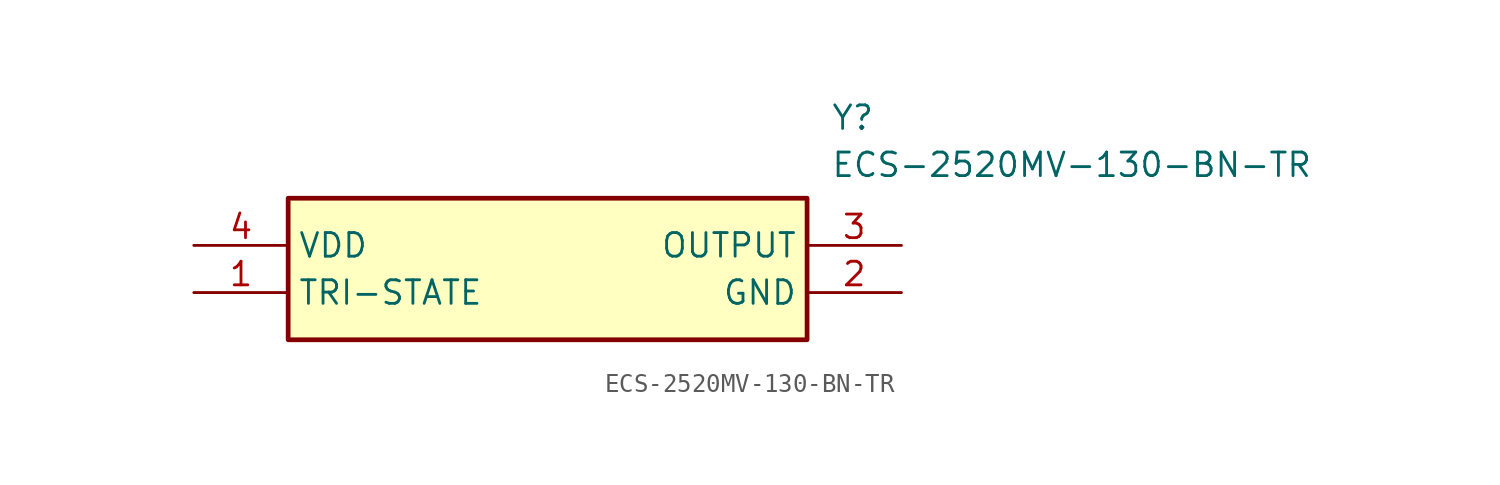
<source format=kicad_sym>
(kicad_symbol_lib
  (version 20211014)
  (generator SamacSys_ECAD_Model)
  (symbol "ECS-2520MV-130-BN-TR"
    (property "Reference" "Y"
      (at 34.29 7.62 0)
      (effects (font (size 1.27 1.27)) (justify left top)))
    (property "Value" "ECS-2520MV-130-BN-TR"
      (at 34.29 5.08 0)
      (effects (font (size 1.27 1.27)) (justify left top)))
    (rectangle
      (start 5.08 2.54)
      (end 33.02 -5.08)
      (stroke (width 0.254) (type default))
      (fill (type background)))
    (pin passive line
      (at 0 -2.54 0)
      (length 5.08)
      (name "TRI-STATE" (effects (font (size 1.27 1.27))))
      (number "1" (effects (font (size 1.27 1.27)))))
    (pin passive line
      (at 38.1 -2.54 180)
      (length 5.08)
      (name "GND" (effects (font (size 1.27 1.27))))
      (number "2" (effects (font (size 1.27 1.27)))))
    (pin passive line
      (at 38.1 0 180)
      (length 5.08)
      (name "OUTPUT" (effects (font (size 1.27 1.27))))
      (number "3" (effects (font (size 1.27 1.27)))))
    (pin passive line
      (at 0 0 0)
      (length 5.08)
      (name "VDD" (effects (font (size 1.27 1.27))))
      (number "4" (effects (font (size 1.27 1.27)))))))
</source>
